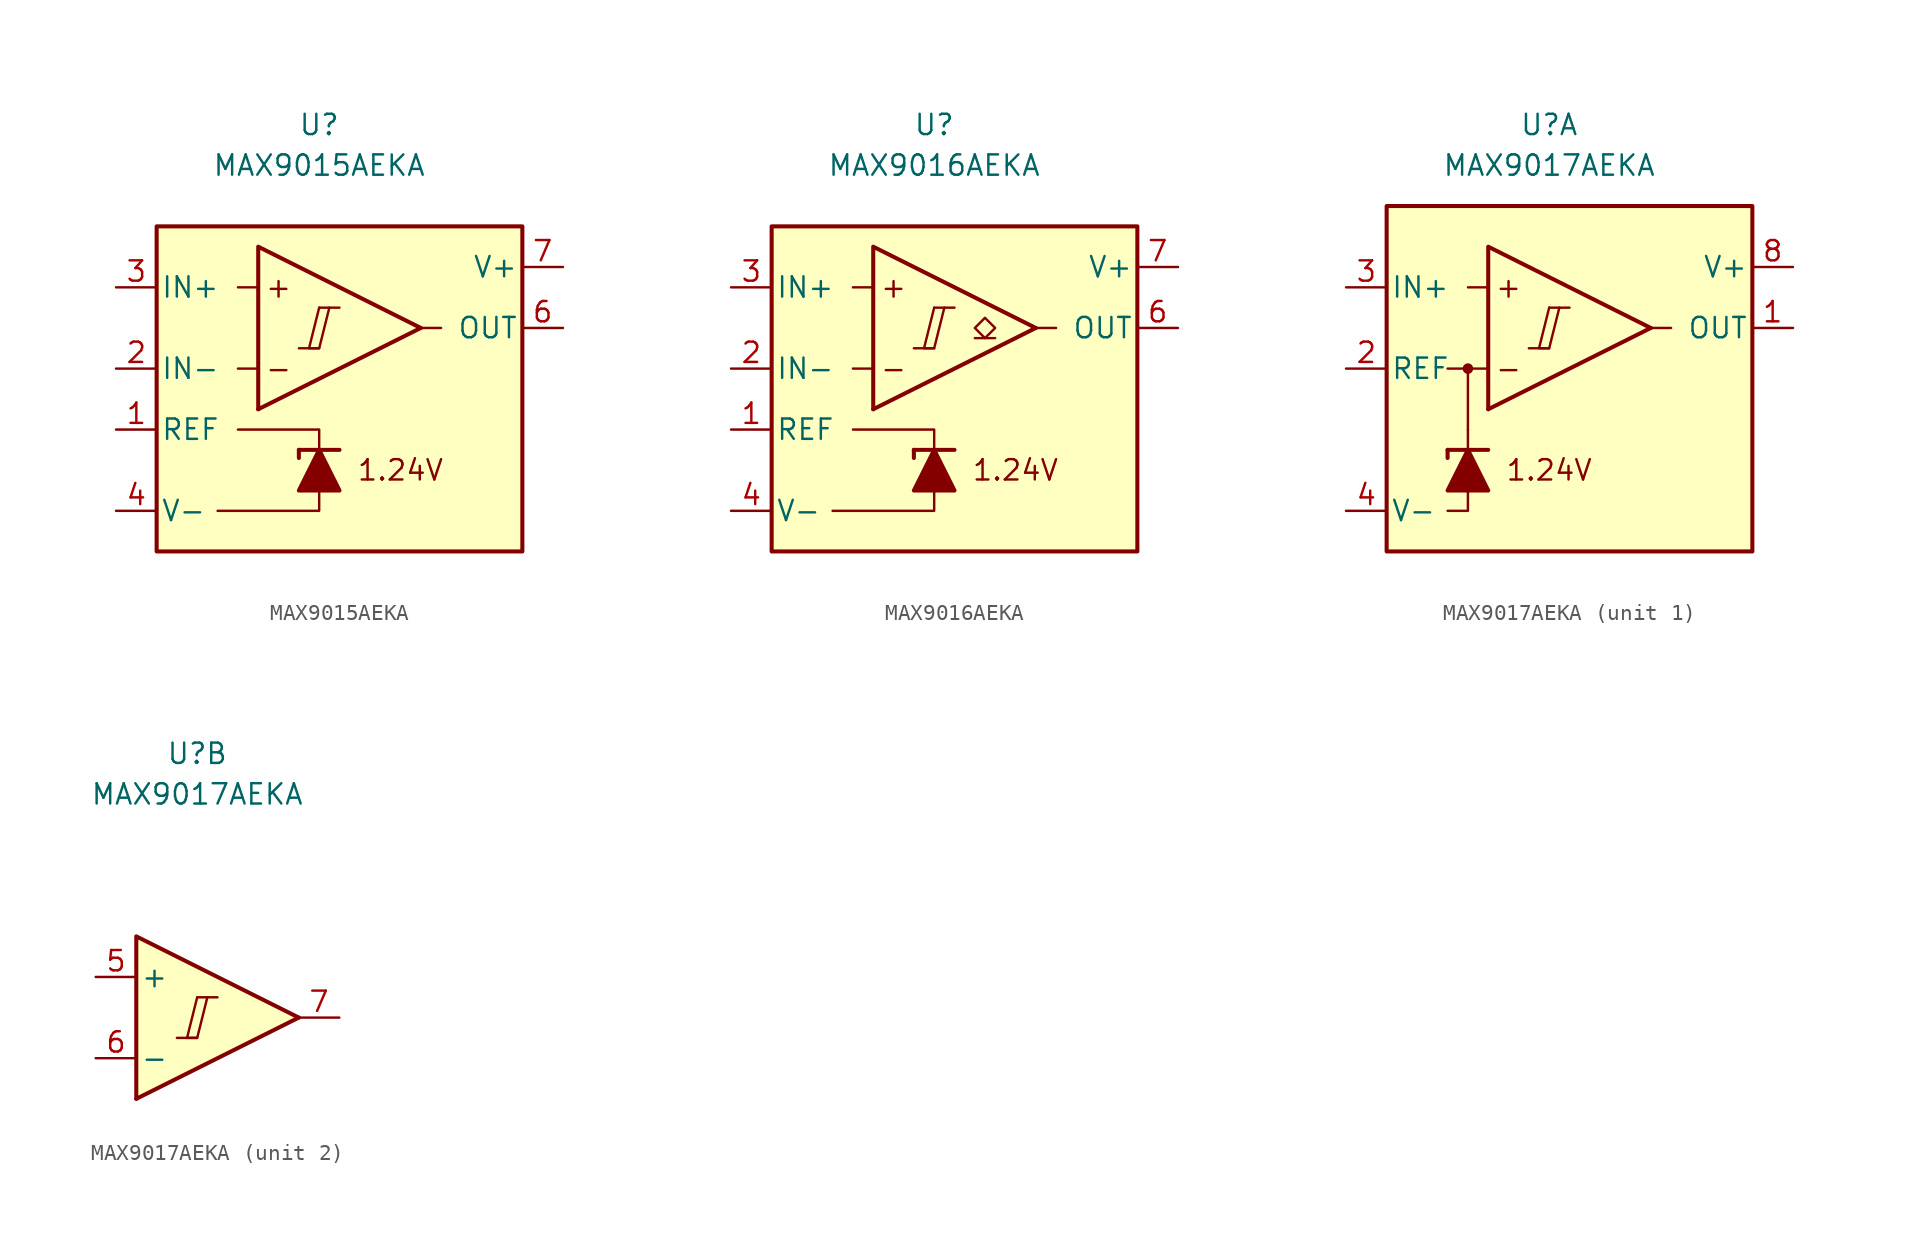
<source format=kicad_sym>
(kicad_symbol_lib
  (version 20231120)
  (generator "kicad_symbol_editor")
  (generator_version "8.0")
  (symbol "MAX9015AEKA"
    (pin_names
      (offset 0.254))
    (property "Reference" "U"
      (at 0 16.51 0)
      (effects (font (size 1.27 1.27))))
    (property "Value" "MAX9015AEKA"
      (at 0 13.97 0)
      (effects (font (size 1.27 1.27))))
    (symbol "MAX9015AEKA_0_0"
      (polyline (pts (xy -1.27 2.54) (xy 0 2.54)) (stroke (width 0.152) (type default)) (fill (type none)))
      (polyline (pts (xy 0 5.08) (xy 1.27 5.08)) (stroke (width 0.152) (type default)) (fill (type none)))
      (polyline (pts (xy 6.35 3.81) (xy -3.81 -1.27)) (stroke (width 0.254) (type default)) (fill (type none)))
      (polyline (pts (xy 6.35 3.81) (xy -3.81 8.89) (xy -3.81 -1.27)) (stroke (width 0.254) (type default)) (fill (type background)))
      (polyline (pts (xy 0 5.08) (xy -0.635 2.54) (xy 0 2.54) (xy 0.635 5.08)) (stroke (width 0.152) (type default)) (fill (type none)))
      (text "+" (at -2.54 6.35 0) (effects (font (size 1.27 1.27))))
      (text "-" (at -2.54 1.27 0) (effects (font (size 1.27 1.27))))
      (text "1.24V" (at 5.08 -5.08 0) (effects (font (size 1.27 1.27)))))
    (symbol "MAX9015AEKA_0_1"
      (rectangle (start -10.16 10.16) (end 12.7 -10.16) (stroke (width 0.254) (type default)) (fill (type background)))
      (polyline (pts (xy -3.81 1.27) (xy -5.08 1.27)) (stroke (width 0) (type default)) (fill (type none)))
      (polyline (pts (xy -3.81 6.35) (xy -5.08 6.35)) (stroke (width 0) (type default)) (fill (type none)))
      (polyline (pts (xy -1.27 -3.81) (xy -1.27 -4.318)) (stroke (width 0.254) (type default)) (fill (type none)))
      (polyline (pts (xy -1.27 -3.81) (xy 1.27 -3.81)) (stroke (width 0.254) (type default)) (fill (type none)))
      (polyline (pts (xy 6.35 3.81) (xy 7.62 3.81)) (stroke (width 0) (type default)) (fill (type none)))
      (polyline (pts (xy 0 -6.35) (xy 0 -7.62) (xy -6.35 -7.62)) (stroke (width 0) (type default)) (fill (type none)))
      (polyline (pts (xy 0 -3.81) (xy 0 -2.54) (xy -5.08 -2.54)) (stroke (width 0) (type default)) (fill (type none)))
      (polyline (pts (xy 1.27 -6.35) (xy -1.27 -6.35) (xy 0 -3.81) (xy 1.27 -6.35)) (stroke (width 0.254) (type default)) (fill (type outline))))
    (symbol "MAX9015AEKA_1_1"
      (pin output line (at -12.7 -2.54 0) (length 2.54) (name "REF" (effects (font (size 1.27 1.27)))) (number "1" (effects (font (size 1.27 1.27)))))
      (pin input line (at -12.7 1.27 0) (length 2.54) (name "IN-" (effects (font (size 1.27 1.27)))) (number "2" (effects (font (size 1.27 1.27)))))
      (pin input line (at -12.7 6.35 0) (length 2.54) (name "IN+" (effects (font (size 1.27 1.27)))) (number "3" (effects (font (size 1.27 1.27)))))
      (pin power_in line (at -12.7 -7.62 0) (length 2.54) (name "V-" (effects (font (size 1.27 1.27)))) (number "4" (effects (font (size 1.27 1.27)))))
      (pin free line (at 0 -2.54 180) (length 2.54) hide (name "NC" (effects (font (size 1.27 1.27)))) (number "5" (effects (font (size 1.27 1.27)))))
      (pin output line (at 15.24 3.81 180) (length 2.54) (name "OUT" (effects (font (size 1.27 1.27)))) (number "6" (effects (font (size 1.27 1.27)))))
      (pin power_in line (at 15.24 7.62 180) (length 2.54) (name "V+" (effects (font (size 1.27 1.27)))) (number "7" (effects (font (size 1.27 1.27)))))
      (pin free line (at 0 0 180) (length 2.54) hide (name "NC" (effects (font (size 1.27 1.27)))) (number "8" (effects (font (size 1.27 1.27)))))))
  (symbol "MAX9016AEKA"
    (pin_names
      (offset 0.254))
    (property "Reference" "U"
      (at 0 16.51 0)
      (effects (font (size 1.27 1.27))))
    (property "Value" "MAX9016AEKA"
      (at 0 13.97 0)
      (effects (font (size 1.27 1.27))))
    (symbol "MAX9016AEKA_0_0"
      (polyline (pts (xy -1.27 2.54) (xy 0 2.54)) (stroke (width 0.152) (type default)) (fill (type none)))
      (polyline (pts (xy 0 5.08) (xy 1.27 5.08)) (stroke (width 0.152) (type default)) (fill (type none)))
      (polyline (pts (xy 6.35 3.81) (xy -3.81 -1.27)) (stroke (width 0.254) (type default)) (fill (type none)))
      (polyline (pts (xy 6.35 3.81) (xy -3.81 8.89) (xy -3.81 -1.27)) (stroke (width 0.254) (type default)) (fill (type background)))
      (polyline (pts (xy 0 5.08) (xy -0.635 2.54) (xy 0 2.54) (xy 0.635 5.08)) (stroke (width 0.152) (type default)) (fill (type none)))
      (text "+" (at -2.54 6.35 0) (effects (font (size 1.27 1.27))))
      (text "-" (at -2.54 1.27 0) (effects (font (size 1.27 1.27))))
      (text "1.24V" (at 5.08 -5.08 0) (effects (font (size 1.27 1.27)))))
    (symbol "MAX9016AEKA_0_1"
      (rectangle (start -10.16 10.16) (end 12.7 -10.16) (stroke (width 0.254) (type default)) (fill (type background)))
      (polyline (pts (xy -3.81 1.27) (xy -5.08 1.27)) (stroke (width 0) (type default)) (fill (type none)))
      (polyline (pts (xy -3.81 6.35) (xy -5.08 6.35)) (stroke (width 0) (type default)) (fill (type none)))
      (polyline (pts (xy -1.27 -3.81) (xy -1.27 -4.318)) (stroke (width 0.254) (type default)) (fill (type none)))
      (polyline (pts (xy -1.27 -3.81) (xy 1.27 -3.81)) (stroke (width 0.254) (type default)) (fill (type none)))
      (polyline (pts (xy 6.35 3.81) (xy 7.62 3.81)) (stroke (width 0) (type default)) (fill (type none)))
      (polyline (pts (xy 0 -6.35) (xy 0 -7.62) (xy -6.35 -7.62)) (stroke (width 0) (type default)) (fill (type none)))
      (polyline (pts (xy 0 -3.81) (xy 0 -2.54) (xy -5.08 -2.54)) (stroke (width 0) (type default)) (fill (type none)))
      (polyline (pts (xy 1.27 -6.35) (xy -1.27 -6.35) (xy 0 -3.81) (xy 1.27 -6.35)) (stroke (width 0.254) (type default)) (fill (type outline))))
    (symbol "MAX9016AEKA_1_1"
      (polyline (pts (xy 3.81 3.175) (xy 2.54 3.175)) (stroke (width 0.152) (type default)) (fill (type none)))
      (polyline (pts (xy 3.175 3.175) (xy 2.54 3.81) (xy 3.175 4.445) (xy 3.81 3.81) (xy 3.175 3.175)) (stroke (width 0.152) (type default)) (fill (type none)))
      (pin output line (at -12.7 -2.54 0) (length 2.54) (name "REF" (effects (font (size 1.27 1.27)))) (number "1" (effects (font (size 1.27 1.27)))))
      (pin input line (at -12.7 1.27 0) (length 2.54) (name "IN-" (effects (font (size 1.27 1.27)))) (number "2" (effects (font (size 1.27 1.27)))))
      (pin input line (at -12.7 6.35 0) (length 2.54) (name "IN+" (effects (font (size 1.27 1.27)))) (number "3" (effects (font (size 1.27 1.27)))))
      (pin power_in line (at -12.7 -7.62 0) (length 2.54) (name "V-" (effects (font (size 1.27 1.27)))) (number "4" (effects (font (size 1.27 1.27)))))
      (pin free line (at 0 -2.54 180) (length 2.54) hide (name "NC" (effects (font (size 1.27 1.27)))) (number "5" (effects (font (size 1.27 1.27)))))
      (pin output line (at 15.24 3.81 180) (length 2.54) (name "OUT" (effects (font (size 1.27 1.27)))) (number "6" (effects (font (size 1.27 1.27)))))
      (pin power_in line (at 15.24 7.62 180) (length 2.54) (name "V+" (effects (font (size 1.27 1.27)))) (number "7" (effects (font (size 1.27 1.27)))))
      (pin free line (at 0 0 180) (length 2.54) hide (name "NC" (effects (font (size 1.27 1.27)))) (number "8" (effects (font (size 1.27 1.27)))))))
  (symbol "MAX9017AEKA"
    (pin_names
      (offset 0.254))
    (property "Reference" "U"
      (at 0 16.51 0)
      (effects (font (size 1.27 1.27))))
    (property "Value" "MAX9017AEKA"
      (at 0 13.97 0)
      (effects (font (size 1.27 1.27))))
    (property "ki_locked" ""
      (at 0 0 0)
      (effects (font (size 1.27 1.27))))
    (symbol "MAX9017AEKA_1_0"
      (rectangle (start -10.16 11.43) (end 12.7 -10.16) (stroke (width 0.254) (type default)) (fill (type background)))
      (circle (center -5.08 1.27) (radius 0.254) (stroke (width 0.152) (type default)) (fill (type outline)))
      (polyline (pts (xy -5.08 1.27) (xy -6.35 1.27)) (stroke (width 0.152) (type default)) (fill (type none)))
      (polyline (pts (xy -1.27 2.54) (xy 0 2.54)) (stroke (width 0.152) (type default)) (fill (type none)))
      (polyline (pts (xy 0 5.08) (xy 1.27 5.08)) (stroke (width 0.152) (type default)) (fill (type none)))
      (polyline (pts (xy 6.35 3.81) (xy -3.81 -1.27)) (stroke (width 0.254) (type default)) (fill (type none)))
      (polyline (pts (xy -3.81 1.27) (xy -5.08 1.27) (xy -5.08 -2.54)) (stroke (width 0.152) (type default)) (fill (type none)))
      (polyline (pts (xy 6.35 3.81) (xy -3.81 8.89) (xy -3.81 -1.27)) (stroke (width 0.254) (type default)) (fill (type background)))
      (polyline (pts (xy 0 5.08) (xy -0.635 2.54) (xy 0 2.54) (xy 0.635 5.08)) (stroke (width 0.152) (type default)) (fill (type none))))
    (symbol "MAX9017AEKA_1_1"
      (polyline (pts (xy -6.35 -3.81) (xy -6.35 -4.318)) (stroke (width 0.254) (type default)) (fill (type none)))
      (polyline (pts (xy -6.35 -3.81) (xy -3.81 -3.81)) (stroke (width 0.254) (type default)) (fill (type none)))
      (polyline (pts (xy -3.81 6.35) (xy -5.08 6.35)) (stroke (width 0) (type default)) (fill (type none)))
      (polyline (pts (xy 6.35 3.81) (xy 7.62 3.81)) (stroke (width 0) (type default)) (fill (type none)))
      (polyline (pts (xy -5.08 -6.35) (xy -5.08 -7.62) (xy -6.35 -7.62)) (stroke (width 0) (type default)) (fill (type none)))
      (polyline (pts (xy -5.08 -3.81) (xy -5.08 -2.54) (xy -5.08 -2.54)) (stroke (width 0) (type default)) (fill (type none)))
      (polyline (pts (xy -3.81 -6.35) (xy -6.35 -6.35) (xy -5.08 -3.81) (xy -3.81 -6.35)) (stroke (width 0.254) (type default)) (fill (type outline)))
      (text "+" (at -2.54 6.35 0) (effects (font (size 1.27 1.27))))
      (text "-" (at -2.54 1.27 0) (effects (font (size 1.27 1.27))))
      (text "1.24V" (at 0 -5.08 0) (effects (font (size 1.27 1.27))))
      (pin output line (at 15.24 3.81 180) (length 2.54) (name "OUT" (effects (font (size 1.27 1.27)))) (number "1" (effects (font (size 1.27 1.27)))))
      (pin output line (at -12.7 1.27 0) (length 2.54) (name "REF" (effects (font (size 1.27 1.27)))) (number "2" (effects (font (size 1.27 1.27)))))
      (pin input line (at -12.7 6.35 0) (length 2.54) (name "IN+" (effects (font (size 1.27 1.27)))) (number "3" (effects (font (size 1.27 1.27)))))
      (pin power_in line (at -12.7 -7.62 0) (length 2.54) (name "V-" (effects (font (size 1.27 1.27)))) (number "4" (effects (font (size 1.27 1.27)))))
      (pin power_in line (at 15.24 7.62 180) (length 2.54) (name "V+" (effects (font (size 1.27 1.27)))) (number "8" (effects (font (size 1.27 1.27))))))
    (symbol "MAX9017AEKA_2_0"
      (polyline (pts (xy -1.27 -1.27) (xy 0 -1.27)) (stroke (width 0.152) (type default)) (fill (type none)))
      (polyline (pts (xy 0 1.27) (xy 1.27 1.27)) (stroke (width 0.152) (type default)) (fill (type none)))
      (polyline (pts (xy 6.35 0) (xy -3.81 -5.08)) (stroke (width 0.254) (type default)) (fill (type none)))
      (polyline (pts (xy 6.35 0) (xy -3.81 5.08) (xy -3.81 -5.08)) (stroke (width 0.254) (type default)) (fill (type background)))
      (polyline (pts (xy 0 1.27) (xy -0.635 -1.27) (xy 0 -1.27) (xy 0.635 1.27)) (stroke (width 0.152) (type default)) (fill (type none))))
    (symbol "MAX9017AEKA_2_1"
      (pin input line (at -6.35 2.54 0) (length 2.54) (name "+" (effects (font (size 1.27 1.27)))) (number "5" (effects (font (size 1.27 1.27)))))
      (pin input line (at -6.35 -2.54 0) (length 2.54) (name "-" (effects (font (size 1.27 1.27)))) (number "6" (effects (font (size 1.27 1.27)))))
      (pin output line (at 8.89 0 180) (length 2.54) (name "~" (effects (font (size 1.27 1.27)))) (number "7" (effects (font (size 1.27 1.27))))))))
</source>
